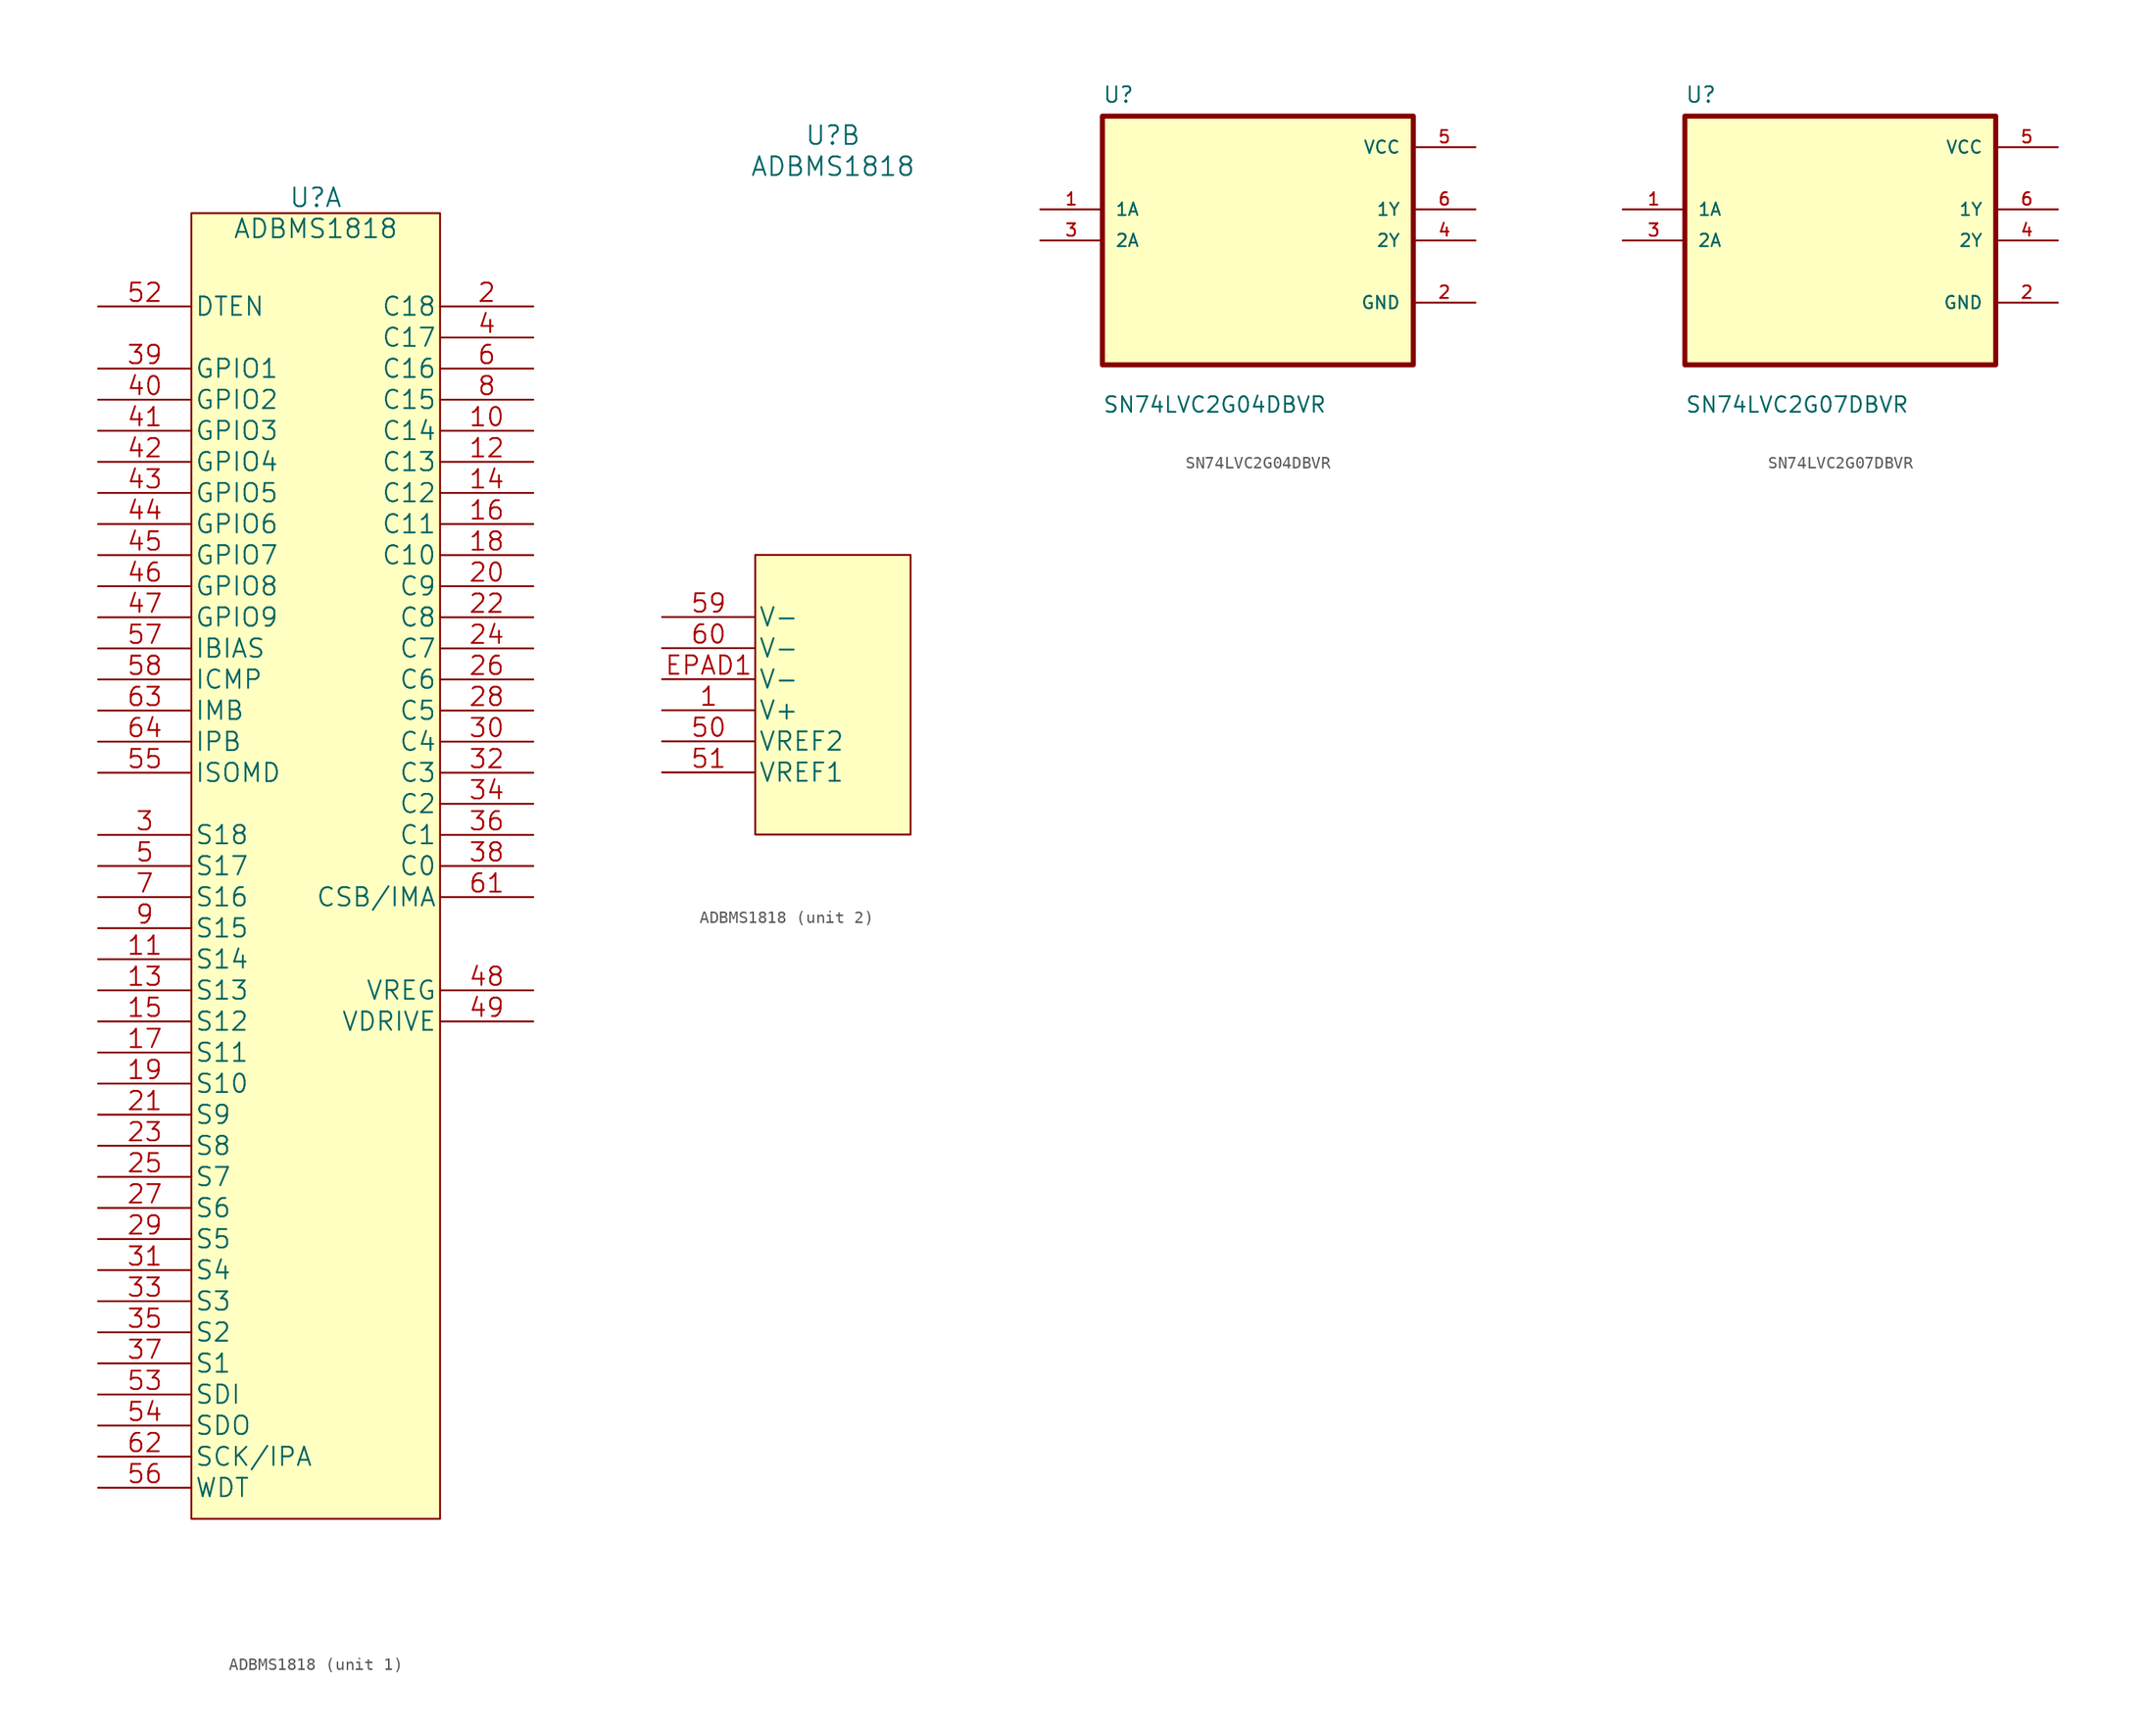
<source format=kicad_sym>
(kicad_symbol_lib
  (version 20241209)
  (generator "kicad_symbol_editor")
  (generator_version "9.0")
  (symbol "ADBMS1818"
    (pin_names
      (offset 0.254))
    (property "Reference" "U"
      (at 0 44.45 0)
      (effects (font (size 1.524 1.524))))
    (property "Value" "ADBMS1818"
      (at 0 41.91 0)
      (effects (font (size 1.524 1.524))))
    (property "ki_locked" ""
      (at 0 0 0)
      (effects (font (size 1.27 1.27))))
    (symbol "ADBMS1818_1_1"
      (rectangle (start -10.16 43.18) (end 10.16 -63.5) (stroke (width 0) (type default)) (fill (type background)))
      (pin unspecified line (at -17.78 35.56 0) (length 7.62) (name "DTEN" (effects (font (size 1.499 1.499)))) (number "52" (effects (font (size 1.499 1.499)))))
      (pin unspecified line (at -17.78 30.48 0) (length 7.62) (name "GPIO1" (effects (font (size 1.499 1.499)))) (number "39" (effects (font (size 1.499 1.499)))))
      (pin unspecified line (at -17.78 27.94 0) (length 7.62) (name "GPIO2" (effects (font (size 1.499 1.499)))) (number "40" (effects (font (size 1.499 1.499)))))
      (pin unspecified line (at -17.78 25.4 0) (length 7.62) (name "GPIO3" (effects (font (size 1.499 1.499)))) (number "41" (effects (font (size 1.499 1.499)))))
      (pin unspecified line (at -17.78 22.86 0) (length 7.62) (name "GPIO4" (effects (font (size 1.499 1.499)))) (number "42" (effects (font (size 1.499 1.499)))))
      (pin unspecified line (at -17.78 20.32 0) (length 7.62) (name "GPIO5" (effects (font (size 1.499 1.499)))) (number "43" (effects (font (size 1.499 1.499)))))
      (pin unspecified line (at -17.78 17.78 0) (length 7.62) (name "GPIO6" (effects (font (size 1.499 1.499)))) (number "44" (effects (font (size 1.499 1.499)))))
      (pin unspecified line (at -17.78 15.24 0) (length 7.62) (name "GPIO7" (effects (font (size 1.499 1.499)))) (number "45" (effects (font (size 1.499 1.499)))))
      (pin unspecified line (at -17.78 12.7 0) (length 7.62) (name "GPIO8" (effects (font (size 1.499 1.499)))) (number "46" (effects (font (size 1.499 1.499)))))
      (pin unspecified line (at -17.78 10.16 0) (length 7.62) (name "GPIO9" (effects (font (size 1.499 1.499)))) (number "47" (effects (font (size 1.499 1.499)))))
      (pin unspecified line (at -17.78 7.62 0) (length 7.62) (name "IBIAS" (effects (font (size 1.499 1.499)))) (number "57" (effects (font (size 1.499 1.499)))))
      (pin unspecified line (at -17.78 5.08 0) (length 7.62) (name "ICMP" (effects (font (size 1.499 1.499)))) (number "58" (effects (font (size 1.499 1.499)))))
      (pin unspecified line (at -17.78 2.54 0) (length 7.62) (name "IMB" (effects (font (size 1.499 1.499)))) (number "63" (effects (font (size 1.499 1.499)))))
      (pin unspecified line (at -17.78 0 0) (length 7.62) (name "IPB" (effects (font (size 1.499 1.499)))) (number "64" (effects (font (size 1.499 1.499)))))
      (pin unspecified line (at -17.78 -2.54 0) (length 7.62) (name "ISOMD" (effects (font (size 1.499 1.499)))) (number "55" (effects (font (size 1.499 1.499)))))
      (pin unspecified line (at -17.78 -7.62 0) (length 7.62) (name "S18" (effects (font (size 1.499 1.499)))) (number "3" (effects (font (size 1.499 1.499)))))
      (pin unspecified line (at -17.78 -10.16 0) (length 7.62) (name "S17" (effects (font (size 1.499 1.499)))) (number "5" (effects (font (size 1.499 1.499)))))
      (pin unspecified line (at -17.78 -12.7 0) (length 7.62) (name "S16" (effects (font (size 1.499 1.499)))) (number "7" (effects (font (size 1.499 1.499)))))
      (pin unspecified line (at -17.78 -15.24 0) (length 7.62) (name "S15" (effects (font (size 1.499 1.499)))) (number "9" (effects (font (size 1.499 1.499)))))
      (pin unspecified line (at -17.78 -17.78 0) (length 7.62) (name "S14" (effects (font (size 1.499 1.499)))) (number "11" (effects (font (size 1.499 1.499)))))
      (pin unspecified line (at -17.78 -20.32 0) (length 7.62) (name "S13" (effects (font (size 1.499 1.499)))) (number "13" (effects (font (size 1.499 1.499)))))
      (pin unspecified line (at -17.78 -22.86 0) (length 7.62) (name "S12" (effects (font (size 1.499 1.499)))) (number "15" (effects (font (size 1.499 1.499)))))
      (pin unspecified line (at -17.78 -25.4 0) (length 7.62) (name "S11" (effects (font (size 1.499 1.499)))) (number "17" (effects (font (size 1.499 1.499)))))
      (pin unspecified line (at -17.78 -27.94 0) (length 7.62) (name "S10" (effects (font (size 1.499 1.499)))) (number "19" (effects (font (size 1.499 1.499)))))
      (pin unspecified line (at -17.78 -30.48 0) (length 7.62) (name "S9" (effects (font (size 1.499 1.499)))) (number "21" (effects (font (size 1.499 1.499)))))
      (pin unspecified line (at -17.78 -33.02 0) (length 7.62) (name "S8" (effects (font (size 1.499 1.499)))) (number "23" (effects (font (size 1.499 1.499)))))
      (pin unspecified line (at -17.78 -35.56 0) (length 7.62) (name "S7" (effects (font (size 1.499 1.499)))) (number "25" (effects (font (size 1.499 1.499)))))
      (pin unspecified line (at -17.78 -38.1 0) (length 7.62) (name "S6" (effects (font (size 1.499 1.499)))) (number "27" (effects (font (size 1.499 1.499)))))
      (pin unspecified line (at -17.78 -40.64 0) (length 7.62) (name "S5" (effects (font (size 1.499 1.499)))) (number "29" (effects (font (size 1.499 1.499)))))
      (pin unspecified line (at -17.78 -43.18 0) (length 7.62) (name "S4" (effects (font (size 1.499 1.499)))) (number "31" (effects (font (size 1.499 1.499)))))
      (pin unspecified line (at -17.78 -45.72 0) (length 7.62) (name "S3" (effects (font (size 1.499 1.499)))) (number "33" (effects (font (size 1.499 1.499)))))
      (pin unspecified line (at -17.78 -48.26 0) (length 7.62) (name "S2" (effects (font (size 1.499 1.499)))) (number "35" (effects (font (size 1.499 1.499)))))
      (pin unspecified line (at -17.78 -50.8 0) (length 7.62) (name "S1" (effects (font (size 1.499 1.499)))) (number "37" (effects (font (size 1.499 1.499)))))
      (pin unspecified line (at -17.78 -53.34 0) (length 7.62) (name "SDI" (effects (font (size 1.499 1.499)))) (number "53" (effects (font (size 1.499 1.499)))))
      (pin unspecified line (at -17.78 -55.88 0) (length 7.62) (name "SDO" (effects (font (size 1.499 1.499)))) (number "54" (effects (font (size 1.499 1.499)))))
      (pin unspecified line (at -17.78 -58.42 0) (length 7.62) (name "SCK/IPA" (effects (font (size 1.499 1.499)))) (number "62" (effects (font (size 1.499 1.499)))))
      (pin unspecified line (at -17.78 -60.96 0) (length 7.62) (name "WDT" (effects (font (size 1.499 1.499)))) (number "56" (effects (font (size 1.499 1.499)))))
      (pin unspecified line (at 17.78 35.56 180) (length 7.62) (name "C18" (effects (font (size 1.499 1.499)))) (number "2" (effects (font (size 1.499 1.499)))))
      (pin unspecified line (at 17.78 33.02 180) (length 7.62) (name "C17" (effects (font (size 1.499 1.499)))) (number "4" (effects (font (size 1.499 1.499)))))
      (pin unspecified line (at 17.78 30.48 180) (length 7.62) (name "C16" (effects (font (size 1.499 1.499)))) (number "6" (effects (font (size 1.499 1.499)))))
      (pin unspecified line (at 17.78 27.94 180) (length 7.62) (name "C15" (effects (font (size 1.499 1.499)))) (number "8" (effects (font (size 1.499 1.499)))))
      (pin unspecified line (at 17.78 25.4 180) (length 7.62) (name "C14" (effects (font (size 1.499 1.499)))) (number "10" (effects (font (size 1.499 1.499)))))
      (pin unspecified line (at 17.78 22.86 180) (length 7.62) (name "C13" (effects (font (size 1.499 1.499)))) (number "12" (effects (font (size 1.499 1.499)))))
      (pin unspecified line (at 17.78 20.32 180) (length 7.62) (name "C12" (effects (font (size 1.499 1.499)))) (number "14" (effects (font (size 1.499 1.499)))))
      (pin unspecified line (at 17.78 17.78 180) (length 7.62) (name "C11" (effects (font (size 1.499 1.499)))) (number "16" (effects (font (size 1.499 1.499)))))
      (pin unspecified line (at 17.78 15.24 180) (length 7.62) (name "C10" (effects (font (size 1.499 1.499)))) (number "18" (effects (font (size 1.499 1.499)))))
      (pin unspecified line (at 17.78 12.7 180) (length 7.62) (name "C9" (effects (font (size 1.499 1.499)))) (number "20" (effects (font (size 1.499 1.499)))))
      (pin unspecified line (at 17.78 10.16 180) (length 7.62) (name "C8" (effects (font (size 1.499 1.499)))) (number "22" (effects (font (size 1.499 1.499)))))
      (pin unspecified line (at 17.78 7.62 180) (length 7.62) (name "C7" (effects (font (size 1.499 1.499)))) (number "24" (effects (font (size 1.499 1.499)))))
      (pin unspecified line (at 17.78 5.08 180) (length 7.62) (name "C6" (effects (font (size 1.499 1.499)))) (number "26" (effects (font (size 1.499 1.499)))))
      (pin unspecified line (at 17.78 2.54 180) (length 7.62) (name "C5" (effects (font (size 1.499 1.499)))) (number "28" (effects (font (size 1.499 1.499)))))
      (pin unspecified line (at 17.78 0 180) (length 7.62) (name "C4" (effects (font (size 1.499 1.499)))) (number "30" (effects (font (size 1.499 1.499)))))
      (pin unspecified line (at 17.78 -2.54 180) (length 7.62) (name "C3" (effects (font (size 1.499 1.499)))) (number "32" (effects (font (size 1.499 1.499)))))
      (pin unspecified line (at 17.78 -5.08 180) (length 7.62) (name "C2" (effects (font (size 1.499 1.499)))) (number "34" (effects (font (size 1.499 1.499)))))
      (pin unspecified line (at 17.78 -7.62 180) (length 7.62) (name "C1" (effects (font (size 1.499 1.499)))) (number "36" (effects (font (size 1.499 1.499)))))
      (pin unspecified line (at 17.78 -10.16 180) (length 7.62) (name "C0" (effects (font (size 1.499 1.499)))) (number "38" (effects (font (size 1.499 1.499)))))
      (pin unspecified line (at 17.78 -12.7 180) (length 7.62) (name "CSB/IMA" (effects (font (size 1.499 1.499)))) (number "61" (effects (font (size 1.499 1.499)))))
      (pin unspecified line (at 17.78 -20.32 180) (length 7.62) (name "VREG" (effects (font (size 1.499 1.499)))) (number "48" (effects (font (size 1.499 1.499)))))
      (pin unspecified line (at 17.78 -22.86 180) (length 7.62) (name "VDRIVE" (effects (font (size 1.499 1.499)))) (number "49" (effects (font (size 1.499 1.499))))))
    (symbol "ADBMS1818_2_1"
      (rectangle (start -6.35 10.16) (end 6.35 -12.7) (stroke (width 0) (type default)) (fill (type background)))
      (pin unspecified line (at -13.97 5.08 0) (length 7.62) (name "V-" (effects (font (size 1.499 1.499)))) (number "59" (effects (font (size 1.499 1.499)))))
      (pin unspecified line (at -13.97 2.54 0) (length 7.62) (name "V-" (effects (font (size 1.499 1.499)))) (number "60" (effects (font (size 1.499 1.499)))))
      (pin unspecified line (at -13.97 0 0) (length 7.62) (name "V-" (effects (font (size 1.499 1.499)))) (number "EPAD1" (effects (font (size 1.499 1.499)))))
      (pin unspecified line (at -13.97 -2.54 0) (length 7.62) (name "V+" (effects (font (size 1.499 1.499)))) (number "1" (effects (font (size 1.499 1.499)))))
      (pin unspecified line (at -13.97 -5.08 0) (length 7.62) (name "VREF2" (effects (font (size 1.499 1.499)))) (number "50" (effects (font (size 1.499 1.499)))))
      (pin unspecified line (at -13.97 -7.62 0) (length 7.62) (name "VREF1" (effects (font (size 1.499 1.499)))) (number "51" (effects (font (size 1.499 1.499)))))))
  (symbol "SN74LVC2G04DBVR"
    (pin_names
      (offset 1.016))
    (property "Reference" "U"
      (at -12.7 11.16 0)
      (effects (font (size 1.27 1.27)) (justify left bottom)))
    (property "Value" "SN74LVC2G04DBVR"
      (at -12.7 -14.16 0)
      (effects (font (size 1.27 1.27)) (justify left bottom)))
    (symbol "SN74LVC2G04DBVR_0_0"
      (rectangle (start -12.7 -10.16) (end 12.7 10.16) (stroke (width 0.41) (type default)) (fill (type background)))
      (pin input line (at -17.78 2.54 0) (length 5.08) (name "1A" (effects (font (size 1.016 1.016)))) (number "1" (effects (font (size 1.016 1.016)))))
      (pin input line (at -17.78 0 0) (length 5.08) (name "2A" (effects (font (size 1.016 1.016)))) (number "3" (effects (font (size 1.016 1.016)))))
      (pin power_in line (at 17.78 7.62 180) (length 5.08) (name "VCC" (effects (font (size 1.016 1.016)))) (number "5" (effects (font (size 1.016 1.016)))))
      (pin output line (at 17.78 2.54 180) (length 5.08) (name "1Y" (effects (font (size 1.016 1.016)))) (number "6" (effects (font (size 1.016 1.016)))))
      (pin output line (at 17.78 0 180) (length 5.08) (name "2Y" (effects (font (size 1.016 1.016)))) (number "4" (effects (font (size 1.016 1.016)))))
      (pin power_in line (at 17.78 -5.08 180) (length 5.08) (name "GND" (effects (font (size 1.016 1.016)))) (number "2" (effects (font (size 1.016 1.016)))))))
  (symbol "SN74LVC2G07DBVR"
    (pin_names
      (offset 1.016))
    (property "Reference" "U"
      (at -12.7 11.16 0)
      (effects (font (size 1.27 1.27)) (justify left bottom)))
    (property "Value" "SN74LVC2G07DBVR"
      (at -12.7 -14.16 0)
      (effects (font (size 1.27 1.27)) (justify left bottom)))
    (symbol "SN74LVC2G07DBVR_0_0"
      (rectangle (start -12.7 -10.16) (end 12.7 10.16) (stroke (width 0.41) (type default)) (fill (type background)))
      (pin input line (at -17.78 2.54 0) (length 5.08) (name "1A" (effects (font (size 1.016 1.016)))) (number "1" (effects (font (size 1.016 1.016)))))
      (pin input line (at -17.78 0 0) (length 5.08) (name "2A" (effects (font (size 1.016 1.016)))) (number "3" (effects (font (size 1.016 1.016)))))
      (pin power_in line (at 17.78 7.62 180) (length 5.08) (name "VCC" (effects (font (size 1.016 1.016)))) (number "5" (effects (font (size 1.016 1.016)))))
      (pin output line (at 17.78 2.54 180) (length 5.08) (name "1Y" (effects (font (size 1.016 1.016)))) (number "6" (effects (font (size 1.016 1.016)))))
      (pin output line (at 17.78 0 180) (length 5.08) (name "2Y" (effects (font (size 1.016 1.016)))) (number "4" (effects (font (size 1.016 1.016)))))
      (pin power_in line (at 17.78 -5.08 180) (length 5.08) (name "GND" (effects (font (size 1.016 1.016)))) (number "2" (effects (font (size 1.016 1.016))))))))
</source>
